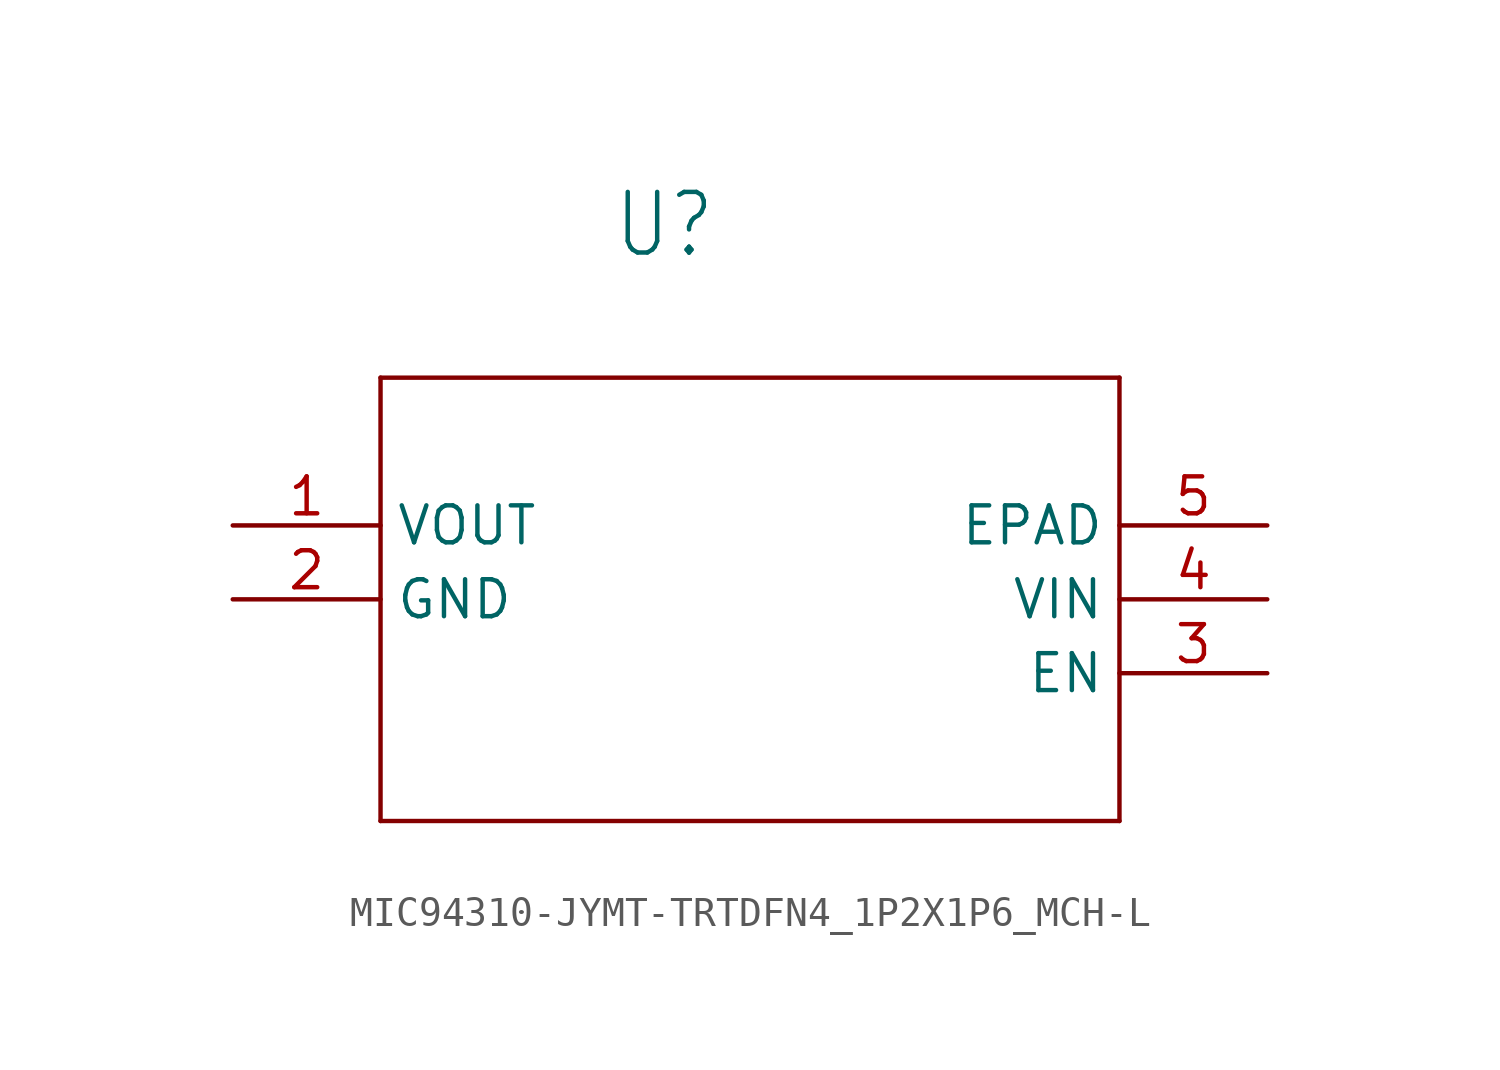
<source format=kicad_sym>
(kicad_symbol_lib
  (version 20231120)
  (generator "kicad_symbol_editor")
  (generator_version "8.0")
  (symbol "MIC94310-JYMT-TRTDFN4_1P2X1P6_MCH-L"
    (property "Reference" "U"
      (at 15.596 9.119 0)
      (effects (font (size 2.083 1.77)) (justify left bottom)))
    (property "Value" ""
      (at 14.961 6.579 0)
      (effects (font (size 2.083 1.77)) (justify left bottom)))
    (property "ki_locked" ""
      (at 0 0 0)
      (effects (font (size 1.27 1.27))))
    (symbol "MIC94310-JYMT-TRTDFN4_1P2X1P6_MCH-L_1_0"
      (polyline (pts (xy 7.62 -10.16) (xy 33.02 -10.16)) (stroke (width 0.152) (type solid)) (fill (type none)))
      (polyline (pts (xy 7.62 5.08) (xy 7.62 -10.16)) (stroke (width 0.152) (type solid)) (fill (type none)))
      (polyline (pts (xy 33.02 -10.16) (xy 33.02 5.08)) (stroke (width 0.152) (type solid)) (fill (type none)))
      (polyline (pts (xy 33.02 5.08) (xy 7.62 5.08)) (stroke (width 0.152) (type solid)) (fill (type none)))
      (pin output line (at 2.54 0 0) (length 5.08) (name "VOUT" (effects (font (size 1.27 1.27)))) (number "1" (effects (font (size 1.27 1.27)))))
      (pin power_in line (at 2.54 -2.54 0) (length 5.08) (name "GND" (effects (font (size 1.27 1.27)))) (number "2" (effects (font (size 1.27 1.27)))))
      (pin input line (at 38.1 -5.08 180) (length 5.08) (name "EN" (effects (font (size 1.27 1.27)))) (number "3" (effects (font (size 1.27 1.27)))))
      (pin input line (at 38.1 -2.54 180) (length 5.08) (name "VIN" (effects (font (size 1.27 1.27)))) (number "4" (effects (font (size 1.27 1.27)))))
      (pin passive line (at 38.1 0 180) (length 5.08) (name "EPAD" (effects (font (size 1.27 1.27)))) (number "5" (effects (font (size 1.27 1.27))))))))
</source>
